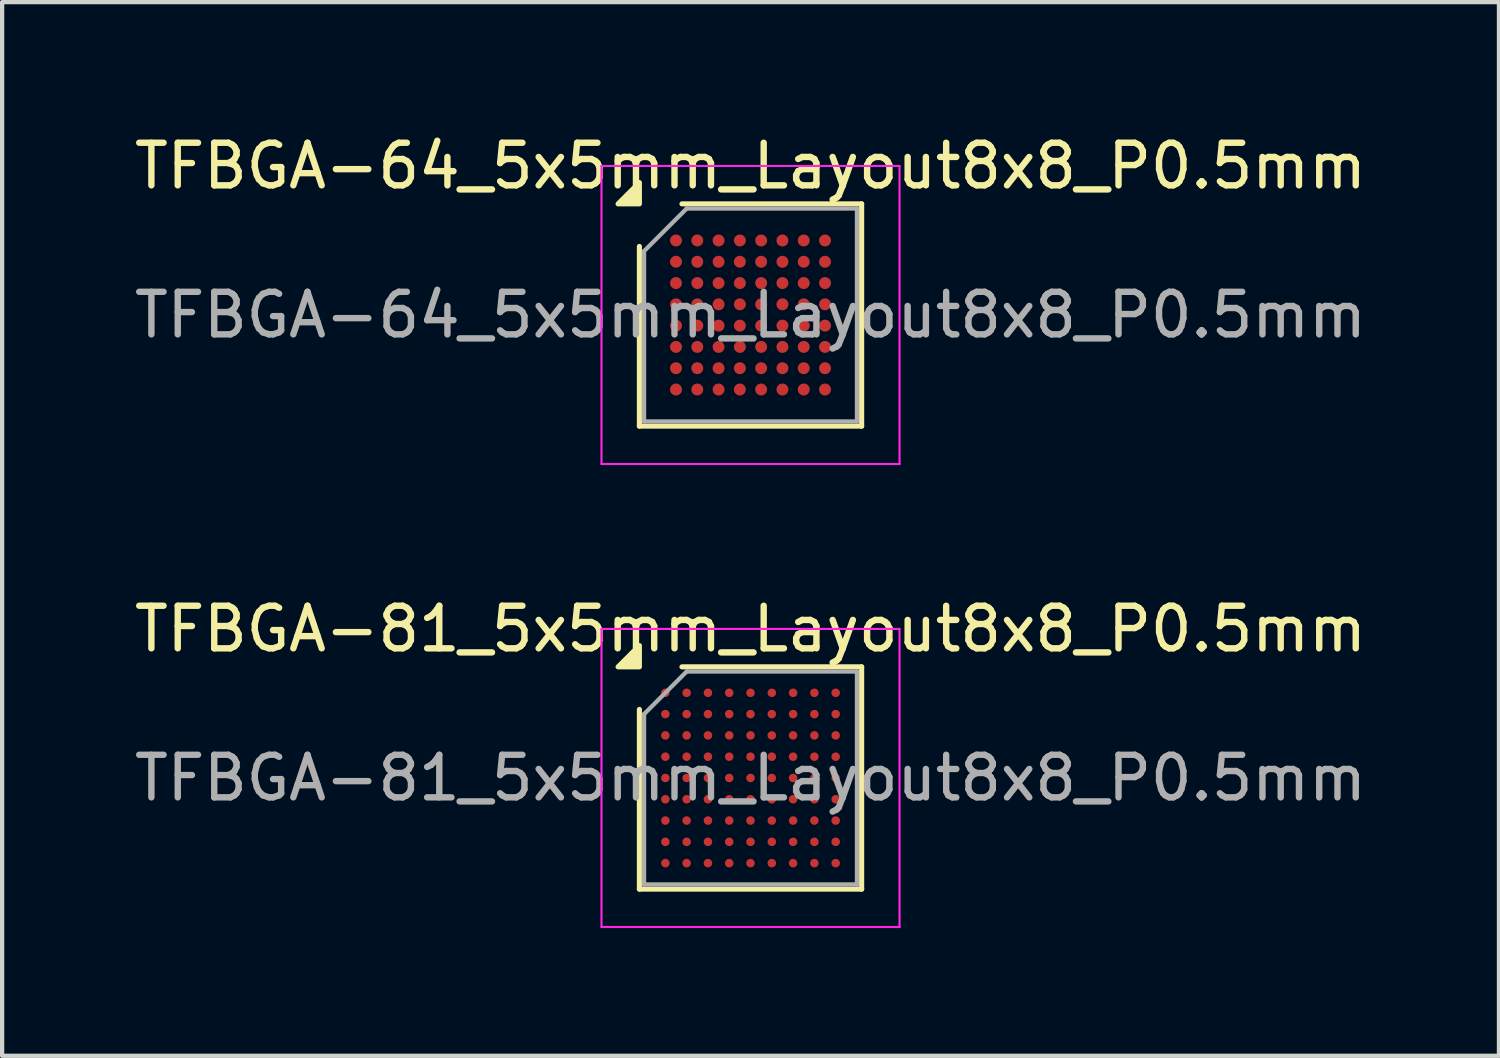
<source format=kicad_pcb>
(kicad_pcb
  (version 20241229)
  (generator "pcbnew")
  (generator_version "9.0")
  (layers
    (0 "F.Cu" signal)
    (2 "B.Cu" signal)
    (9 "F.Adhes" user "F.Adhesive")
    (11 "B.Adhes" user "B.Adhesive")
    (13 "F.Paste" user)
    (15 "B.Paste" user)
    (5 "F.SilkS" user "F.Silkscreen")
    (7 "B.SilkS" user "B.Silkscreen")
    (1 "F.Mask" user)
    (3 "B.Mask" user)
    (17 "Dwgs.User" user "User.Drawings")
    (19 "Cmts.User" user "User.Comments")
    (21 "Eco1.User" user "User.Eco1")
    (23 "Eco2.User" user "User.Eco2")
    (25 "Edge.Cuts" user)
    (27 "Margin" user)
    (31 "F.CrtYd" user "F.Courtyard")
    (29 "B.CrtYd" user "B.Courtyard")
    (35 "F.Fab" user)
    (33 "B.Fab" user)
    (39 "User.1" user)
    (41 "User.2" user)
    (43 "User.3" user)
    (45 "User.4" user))
  (footprint "TFBGA-64_5x5mm_Layout8x8_P0.5mm"
    (layer "F.Cu")
    (at 14.577 4.348)
    (property "Reference" "TFBGA-64_5x5mm_Layout8x8_P0.5mm" (at 0 -3.5 0) (layer "F.SilkS") (effects (font (size 1 1) (thickness 0.15))))
    (attr smd)
    (fp_line (start -2.61 2.61) (end -2.61 -1.61) (stroke (width 0.12) (type solid)) (layer "F.SilkS"))
    (fp_line (start -1.61 -2.61) (end 2.61 -2.61) (stroke (width 0.12) (type solid)) (layer "F.SilkS"))
    (fp_line (start 2.61 -2.61) (end 2.61 2.61) (stroke (width 0.12) (type solid)) (layer "F.SilkS"))
    (fp_line (start 2.61 2.61) (end -2.61 2.61) (stroke (width 0.12) (type solid)) (layer "F.SilkS"))
    (fp_poly (pts (xy -2.61 -2.61) (xy -3.11 -2.61) (xy -2.61 -3.11) (xy -2.61 -2.61)) (stroke (width 0.12) (type solid)) (fill yes) (layer "F.SilkS"))
    (fp_line (start -3.5 -3.5) (end -3.5 3.5) (stroke (width 0.05) (type solid)) (layer "F.CrtYd"))
    (fp_line (start -3.5 3.5) (end 3.5 3.5) (stroke (width 0.05) (type solid)) (layer "F.CrtYd"))
    (fp_line (start 3.5 -3.5) (end -3.5 -3.5) (stroke (width 0.05) (type solid)) (layer "F.CrtYd"))
    (fp_line (start 3.5 3.5) (end 3.5 -3.5) (stroke (width 0.05) (type solid)) (layer "F.CrtYd"))
    (fp_line (start -2.5 -1.5) (end -1.5 -2.5) (stroke (width 0.1) (type solid)) (layer "F.Fab"))
    (fp_line (start -2.5 2.5) (end -2.5 -1.5) (stroke (width 0.1) (type solid)) (layer "F.Fab"))
    (fp_line (start -1.5 -2.5) (end 2.5 -2.5) (stroke (width 0.1) (type solid)) (layer "F.Fab"))
    (fp_line (start 2.5 -2.5) (end 2.5 2.5) (stroke (width 0.1) (type solid)) (layer "F.Fab"))
    (fp_line (start 2.5 2.5) (end -2.5 2.5) (stroke (width 0.1) (type solid)) (layer "F.Fab"))
    (fp_text user "${REFERENCE}" (at 0 0 0) (layer "F.Fab") (effects (font (size 1 1) (thickness 0.15))))
    (pad "A1" smd circle (at -1.75 -1.75) (size 0.28 0.28) (property pad_prop_bga) (layers "F.Cu" "F.Mask" "F.Paste"))
    (pad "A2" smd circle (at -1.25 -1.75) (size 0.28 0.28) (property pad_prop_bga) (layers "F.Cu" "F.Mask" "F.Paste"))
    (pad "A3" smd circle (at -0.75 -1.75) (size 0.28 0.28) (property pad_prop_bga) (layers "F.Cu" "F.Mask" "F.Paste"))
    (pad "A4" smd circle (at -0.25 -1.75) (size 0.28 0.28) (property pad_prop_bga) (layers "F.Cu" "F.Mask" "F.Paste"))
    (pad "A5" smd circle (at 0.25 -1.75) (size 0.28 0.28) (property pad_prop_bga) (layers "F.Cu" "F.Mask" "F.Paste"))
    (pad "A6" smd circle (at 0.75 -1.75) (size 0.28 0.28) (property pad_prop_bga) (layers "F.Cu" "F.Mask" "F.Paste"))
    (pad "A7" smd circle (at 1.25 -1.75) (size 0.28 0.28) (property pad_prop_bga) (layers "F.Cu" "F.Mask" "F.Paste"))
    (pad "A8" smd circle (at 1.75 -1.75) (size 0.28 0.28) (property pad_prop_bga) (layers "F.Cu" "F.Mask" "F.Paste"))
    (pad "B1" smd circle (at -1.75 -1.25) (size 0.28 0.28) (property pad_prop_bga) (layers "F.Cu" "F.Mask" "F.Paste"))
    (pad "B2" smd circle (at -1.25 -1.25) (size 0.28 0.28) (property pad_prop_bga) (layers "F.Cu" "F.Mask" "F.Paste"))
    (pad "B3" smd circle (at -0.75 -1.25) (size 0.28 0.28) (property pad_prop_bga) (layers "F.Cu" "F.Mask" "F.Paste"))
    (pad "B4" smd circle (at -0.25 -1.25) (size 0.28 0.28) (property pad_prop_bga) (layers "F.Cu" "F.Mask" "F.Paste"))
    (pad "B5" smd circle (at 0.25 -1.25) (size 0.28 0.28) (property pad_prop_bga) (layers "F.Cu" "F.Mask" "F.Paste"))
    (pad "B6" smd circle (at 0.75 -1.25) (size 0.28 0.28) (property pad_prop_bga) (layers "F.Cu" "F.Mask" "F.Paste"))
    (pad "B7" smd circle (at 1.25 -1.25) (size 0.28 0.28) (property pad_prop_bga) (layers "F.Cu" "F.Mask" "F.Paste"))
    (pad "B8" smd circle (at 1.75 -1.25) (size 0.28 0.28) (property pad_prop_bga) (layers "F.Cu" "F.Mask" "F.Paste"))
    (pad "C1" smd circle (at -1.75 -0.75) (size 0.28 0.28) (property pad_prop_bga) (layers "F.Cu" "F.Mask" "F.Paste"))
    (pad "C2" smd circle (at -1.25 -0.75) (size 0.28 0.28) (property pad_prop_bga) (layers "F.Cu" "F.Mask" "F.Paste"))
    (pad "C3" smd circle (at -0.75 -0.75) (size 0.28 0.28) (property pad_prop_bga) (layers "F.Cu" "F.Mask" "F.Paste"))
    (pad "C4" smd circle (at -0.25 -0.75) (size 0.28 0.28) (property pad_prop_bga) (layers "F.Cu" "F.Mask" "F.Paste"))
    (pad "C5" smd circle (at 0.25 -0.75) (size 0.28 0.28) (property pad_prop_bga) (layers "F.Cu" "F.Mask" "F.Paste"))
    (pad "C6" smd circle (at 0.75 -0.75) (size 0.28 0.28) (property pad_prop_bga) (layers "F.Cu" "F.Mask" "F.Paste"))
    (pad "C7" smd circle (at 1.25 -0.75) (size 0.28 0.28) (property pad_prop_bga) (layers "F.Cu" "F.Mask" "F.Paste"))
    (pad "C8" smd circle (at 1.75 -0.75) (size 0.28 0.28) (property pad_prop_bga) (layers "F.Cu" "F.Mask" "F.Paste"))
    (pad "D1" smd circle (at -1.75 -0.25) (size 0.28 0.28) (property pad_prop_bga) (layers "F.Cu" "F.Mask" "F.Paste"))
    (pad "D2" smd circle (at -1.25 -0.25) (size 0.28 0.28) (property pad_prop_bga) (layers "F.Cu" "F.Mask" "F.Paste"))
    (pad "D3" smd circle (at -0.75 -0.25) (size 0.28 0.28) (property pad_prop_bga) (layers "F.Cu" "F.Mask" "F.Paste"))
    (pad "D4" smd circle (at -0.25 -0.25) (size 0.28 0.28) (property pad_prop_bga) (layers "F.Cu" "F.Mask" "F.Paste"))
    (pad "D5" smd circle (at 0.25 -0.25) (size 0.28 0.28) (property pad_prop_bga) (layers "F.Cu" "F.Mask" "F.Paste"))
    (pad "D6" smd circle (at 0.75 -0.25) (size 0.28 0.28) (property pad_prop_bga) (layers "F.Cu" "F.Mask" "F.Paste"))
    (pad "D7" smd circle (at 1.25 -0.25) (size 0.28 0.28) (property pad_prop_bga) (layers "F.Cu" "F.Mask" "F.Paste"))
    (pad "D8" smd circle (at 1.75 -0.25) (size 0.28 0.28) (property pad_prop_bga) (layers "F.Cu" "F.Mask" "F.Paste"))
    (pad "E1" smd circle (at -1.75 0.25) (size 0.28 0.28) (property pad_prop_bga) (layers "F.Cu" "F.Mask" "F.Paste"))
    (pad "E2" smd circle (at -1.25 0.25) (size 0.28 0.28) (property pad_prop_bga) (layers "F.Cu" "F.Mask" "F.Paste"))
    (pad "E3" smd circle (at -0.75 0.25) (size 0.28 0.28) (property pad_prop_bga) (layers "F.Cu" "F.Mask" "F.Paste"))
    (pad "E4" smd circle (at -0.25 0.25) (size 0.28 0.28) (property pad_prop_bga) (layers "F.Cu" "F.Mask" "F.Paste"))
    (pad "E5" smd circle (at 0.25 0.25) (size 0.28 0.28) (property pad_prop_bga) (layers "F.Cu" "F.Mask" "F.Paste"))
    (pad "E6" smd circle (at 0.75 0.25) (size 0.28 0.28) (property pad_prop_bga) (layers "F.Cu" "F.Mask" "F.Paste"))
    (pad "E7" smd circle (at 1.25 0.25) (size 0.28 0.28) (property pad_prop_bga) (layers "F.Cu" "F.Mask" "F.Paste"))
    (pad "E8" smd circle (at 1.75 0.25) (size 0.28 0.28) (property pad_prop_bga) (layers "F.Cu" "F.Mask" "F.Paste"))
    (pad "F1" smd circle (at -1.75 0.75) (size 0.28 0.28) (property pad_prop_bga) (layers "F.Cu" "F.Mask" "F.Paste"))
    (pad "F2" smd circle (at -1.25 0.75) (size 0.28 0.28) (property pad_prop_bga) (layers "F.Cu" "F.Mask" "F.Paste"))
    (pad "F3" smd circle (at -0.75 0.75) (size 0.28 0.28) (property pad_prop_bga) (layers "F.Cu" "F.Mask" "F.Paste"))
    (pad "F4" smd circle (at -0.25 0.75) (size 0.28 0.28) (property pad_prop_bga) (layers "F.Cu" "F.Mask" "F.Paste"))
    (pad "F5" smd circle (at 0.25 0.75) (size 0.28 0.28) (property pad_prop_bga) (layers "F.Cu" "F.Mask" "F.Paste"))
    (pad "F6" smd circle (at 0.75 0.75) (size 0.28 0.28) (property pad_prop_bga) (layers "F.Cu" "F.Mask" "F.Paste"))
    (pad "F7" smd circle (at 1.25 0.75) (size 0.28 0.28) (property pad_prop_bga) (layers "F.Cu" "F.Mask" "F.Paste"))
    (pad "F8" smd circle (at 1.75 0.75) (size 0.28 0.28) (property pad_prop_bga) (layers "F.Cu" "F.Mask" "F.Paste"))
    (pad "G1" smd circle (at -1.75 1.25) (size 0.28 0.28) (property pad_prop_bga) (layers "F.Cu" "F.Mask" "F.Paste"))
    (pad "G2" smd circle (at -1.25 1.25) (size 0.28 0.28) (property pad_prop_bga) (layers "F.Cu" "F.Mask" "F.Paste"))
    (pad "G3" smd circle (at -0.75 1.25) (size 0.28 0.28) (property pad_prop_bga) (layers "F.Cu" "F.Mask" "F.Paste"))
    (pad "G4" smd circle (at -0.25 1.25) (size 0.28 0.28) (property pad_prop_bga) (layers "F.Cu" "F.Mask" "F.Paste"))
    (pad "G5" smd circle (at 0.25 1.25) (size 0.28 0.28) (property pad_prop_bga) (layers "F.Cu" "F.Mask" "F.Paste"))
    (pad "G6" smd circle (at 0.75 1.25) (size 0.28 0.28) (property pad_prop_bga) (layers "F.Cu" "F.Mask" "F.Paste"))
    (pad "G7" smd circle (at 1.25 1.25) (size 0.28 0.28) (property pad_prop_bga) (layers "F.Cu" "F.Mask" "F.Paste"))
    (pad "G8" smd circle (at 1.75 1.25) (size 0.28 0.28) (property pad_prop_bga) (layers "F.Cu" "F.Mask" "F.Paste"))
    (pad "H1" smd circle (at -1.75 1.75) (size 0.28 0.28) (property pad_prop_bga) (layers "F.Cu" "F.Mask" "F.Paste"))
    (pad "H2" smd circle (at -1.25 1.75) (size 0.28 0.28) (property pad_prop_bga) (layers "F.Cu" "F.Mask" "F.Paste"))
    (pad "H3" smd circle (at -0.75 1.75) (size 0.28 0.28) (property pad_prop_bga) (layers "F.Cu" "F.Mask" "F.Paste"))
    (pad "H4" smd circle (at -0.25 1.75) (size 0.28 0.28) (property pad_prop_bga) (layers "F.Cu" "F.Mask" "F.Paste"))
    (pad "H5" smd circle (at 0.25 1.75) (size 0.28 0.28) (property pad_prop_bga) (layers "F.Cu" "F.Mask" "F.Paste"))
    (pad "H6" smd circle (at 0.75 1.75) (size 0.28 0.28) (property pad_prop_bga) (layers "F.Cu" "F.Mask" "F.Paste"))
    (pad "H7" smd circle (at 1.25 1.75) (size 0.28 0.28) (property pad_prop_bga) (layers "F.Cu" "F.Mask" "F.Paste"))
    (pad "H8" smd circle (at 1.75 1.75) (size 0.28 0.28) (property pad_prop_bga) (layers "F.Cu" "F.Mask" "F.Paste")))
  (footprint "TFBGA-81_5x5mm_Layout8x8_P0.5mm"
    (layer "F.Cu")
    (at 14.577 15.222)
    (property "Reference" "TFBGA-81_5x5mm_Layout8x8_P0.5mm" (at 0 -3.5 0) (layer "F.SilkS") (effects (font (size 1 1) (thickness 0.15))))
    (attr smd)
    (fp_line (start -2.61 2.61) (end -2.61 -1.61) (stroke (width 0.12) (type solid)) (layer "F.SilkS"))
    (fp_line (start -1.61 -2.61) (end 2.61 -2.61) (stroke (width 0.12) (type solid)) (layer "F.SilkS"))
    (fp_line (start 2.61 -2.61) (end 2.61 2.61) (stroke (width 0.12) (type solid)) (layer "F.SilkS"))
    (fp_line (start 2.61 2.61) (end -2.61 2.61) (stroke (width 0.12) (type solid)) (layer "F.SilkS"))
    (fp_poly (pts (xy -2.61 -2.61) (xy -3.11 -2.61) (xy -2.61 -3.11) (xy -2.61 -2.61)) (stroke (width 0.12) (type solid)) (fill yes) (layer "F.SilkS"))
    (fp_line (start -3.5 -3.5) (end -3.5 3.5) (stroke (width 0.05) (type solid)) (layer "F.CrtYd"))
    (fp_line (start -3.5 3.5) (end 3.5 3.5) (stroke (width 0.05) (type solid)) (layer "F.CrtYd"))
    (fp_line (start 3.5 -3.5) (end -3.5 -3.5) (stroke (width 0.05) (type solid)) (layer "F.CrtYd"))
    (fp_line (start 3.5 3.5) (end 3.5 -3.5) (stroke (width 0.05) (type solid)) (layer "F.CrtYd"))
    (fp_line (start -2.5 -1.5) (end -1.5 -2.5) (stroke (width 0.1) (type solid)) (layer "F.Fab"))
    (fp_line (start -2.5 2.5) (end -2.5 -1.5) (stroke (width 0.1) (type solid)) (layer "F.Fab"))
    (fp_line (start -1.5 -2.5) (end 2.5 -2.5) (stroke (width 0.1) (type solid)) (layer "F.Fab"))
    (fp_line (start 2.5 -2.5) (end 2.5 2.5) (stroke (width 0.1) (type solid)) (layer "F.Fab"))
    (fp_line (start 2.5 2.5) (end -2.5 2.5) (stroke (width 0.1) (type solid)) (layer "F.Fab"))
    (fp_text user "${REFERENCE}" (at 0 0 0) (layer "F.Fab") (effects (font (size 1 1) (thickness 0.15))))
    (pad "A1" smd circle (at -2 -2) (size 0.2 0.2) (property pad_prop_bga) (layers "F.Cu" "F.Mask" "F.Paste"))
    (pad "A2" smd circle (at -1.5 -2) (size 0.2 0.2) (property pad_prop_bga) (layers "F.Cu" "F.Mask" "F.Paste"))
    (pad "A3" smd circle (at -1 -2) (size 0.2 0.2) (property pad_prop_bga) (layers "F.Cu" "F.Mask" "F.Paste"))
    (pad "A4" smd circle (at -0.5 -2) (size 0.2 0.2) (property pad_prop_bga) (layers "F.Cu" "F.Mask" "F.Paste"))
    (pad "A5" smd circle (at 0 -2) (size 0.2 0.2) (property pad_prop_bga) (layers "F.Cu" "F.Mask" "F.Paste"))
    (pad "A6" smd circle (at 0.5 -2) (size 0.2 0.2) (property pad_prop_bga) (layers "F.Cu" "F.Mask" "F.Paste"))
    (pad "A7" smd circle (at 1 -2) (size 0.2 0.2) (property pad_prop_bga) (layers "F.Cu" "F.Mask" "F.Paste"))
    (pad "A8" smd circle (at 1.5 -2) (size 0.2 0.2) (property pad_prop_bga) (layers "F.Cu" "F.Mask" "F.Paste"))
    (pad "A9" smd circle (at 2 -2) (size 0.2 0.2) (property pad_prop_bga) (layers "F.Cu" "F.Mask" "F.Paste"))
    (pad "B1" smd circle (at -2 -1.5) (size 0.2 0.2) (property pad_prop_bga) (layers "F.Cu" "F.Mask" "F.Paste"))
    (pad "B2" smd circle (at -1.5 -1.5) (size 0.2 0.2) (property pad_prop_bga) (layers "F.Cu" "F.Mask" "F.Paste"))
    (pad "B3" smd circle (at -1 -1.5) (size 0.2 0.2) (property pad_prop_bga) (layers "F.Cu" "F.Mask" "F.Paste"))
    (pad "B4" smd circle (at -0.5 -1.5) (size 0.2 0.2) (property pad_prop_bga) (layers "F.Cu" "F.Mask" "F.Paste"))
    (pad "B5" smd circle (at 0 -1.5) (size 0.2 0.2) (property pad_prop_bga) (layers "F.Cu" "F.Mask" "F.Paste"))
    (pad "B6" smd circle (at 0.5 -1.5) (size 0.2 0.2) (property pad_prop_bga) (layers "F.Cu" "F.Mask" "F.Paste"))
    (pad "B7" smd circle (at 1 -1.5) (size 0.2 0.2) (property pad_prop_bga) (layers "F.Cu" "F.Mask" "F.Paste"))
    (pad "B8" smd circle (at 1.5 -1.5) (size 0.2 0.2) (property pad_prop_bga) (layers "F.Cu" "F.Mask" "F.Paste"))
    (pad "B9" smd circle (at 2 -1.5) (size 0.2 0.2) (property pad_prop_bga) (layers "F.Cu" "F.Mask" "F.Paste"))
    (pad "C1" smd circle (at -2 -1) (size 0.2 0.2) (property pad_prop_bga) (layers "F.Cu" "F.Mask" "F.Paste"))
    (pad "C2" smd circle (at -1.5 -1) (size 0.2 0.2) (property pad_prop_bga) (layers "F.Cu" "F.Mask" "F.Paste"))
    (pad "C3" smd circle (at -1 -1) (size 0.2 0.2) (property pad_prop_bga) (layers "F.Cu" "F.Mask" "F.Paste"))
    (pad "C4" smd circle (at -0.5 -1) (size 0.2 0.2) (property pad_prop_bga) (layers "F.Cu" "F.Mask" "F.Paste"))
    (pad "C5" smd circle (at 0 -1) (size 0.2 0.2) (property pad_prop_bga) (layers "F.Cu" "F.Mask" "F.Paste"))
    (pad "C6" smd circle (at 0.5 -1) (size 0.2 0.2) (property pad_prop_bga) (layers "F.Cu" "F.Mask" "F.Paste"))
    (pad "C7" smd circle (at 1 -1) (size 0.2 0.2) (property pad_prop_bga) (layers "F.Cu" "F.Mask" "F.Paste"))
    (pad "C8" smd circle (at 1.5 -1) (size 0.2 0.2) (property pad_prop_bga) (layers "F.Cu" "F.Mask" "F.Paste"))
    (pad "C9" smd circle (at 2 -1) (size 0.2 0.2) (property pad_prop_bga) (layers "F.Cu" "F.Mask" "F.Paste"))
    (pad "D1" smd circle (at -2 -0.5) (size 0.2 0.2) (property pad_prop_bga) (layers "F.Cu" "F.Mask" "F.Paste"))
    (pad "D2" smd circle (at -1.5 -0.5) (size 0.2 0.2) (property pad_prop_bga) (layers "F.Cu" "F.Mask" "F.Paste"))
    (pad "D3" smd circle (at -1 -0.5) (size 0.2 0.2) (property pad_prop_bga) (layers "F.Cu" "F.Mask" "F.Paste"))
    (pad "D4" smd circle (at -0.5 -0.5) (size 0.2 0.2) (property pad_prop_bga) (layers "F.Cu" "F.Mask" "F.Paste"))
    (pad "D5" smd circle (at 0 -0.5) (size 0.2 0.2) (property pad_prop_bga) (layers "F.Cu" "F.Mask" "F.Paste"))
    (pad "D6" smd circle (at 0.5 -0.5) (size 0.2 0.2) (property pad_prop_bga) (layers "F.Cu" "F.Mask" "F.Paste"))
    (pad "D7" smd circle (at 1 -0.5) (size 0.2 0.2) (property pad_prop_bga) (layers "F.Cu" "F.Mask" "F.Paste"))
    (pad "D8" smd circle (at 1.5 -0.5) (size 0.2 0.2) (property pad_prop_bga) (layers "F.Cu" "F.Mask" "F.Paste"))
    (pad "D9" smd circle (at 2 -0.5) (size 0.2 0.2) (property pad_prop_bga) (layers "F.Cu" "F.Mask" "F.Paste"))
    (pad "E1" smd circle (at -2 0) (size 0.2 0.2) (property pad_prop_bga) (layers "F.Cu" "F.Mask" "F.Paste"))
    (pad "E2" smd circle (at -1.5 0) (size 0.2 0.2) (property pad_prop_bga) (layers "F.Cu" "F.Mask" "F.Paste"))
    (pad "E3" smd circle (at -1 0) (size 0.2 0.2) (property pad_prop_bga) (layers "F.Cu" "F.Mask" "F.Paste"))
    (pad "E4" smd circle (at -0.5 0) (size 0.2 0.2) (property pad_prop_bga) (layers "F.Cu" "F.Mask" "F.Paste"))
    (pad "E5" smd circle (at 0 0) (size 0.2 0.2) (property pad_prop_bga) (layers "F.Cu" "F.Mask" "F.Paste"))
    (pad "E6" smd circle (at 0.5 0) (size 0.2 0.2) (property pad_prop_bga) (layers "F.Cu" "F.Mask" "F.Paste"))
    (pad "E7" smd circle (at 1 0) (size 0.2 0.2) (property pad_prop_bga) (layers "F.Cu" "F.Mask" "F.Paste"))
    (pad "E8" smd circle (at 1.5 0) (size 0.2 0.2) (property pad_prop_bga) (layers "F.Cu" "F.Mask" "F.Paste"))
    (pad "E9" smd circle (at 2 0) (size 0.2 0.2) (property pad_prop_bga) (layers "F.Cu" "F.Mask" "F.Paste"))
    (pad "F1" smd circle (at -2 0.5) (size 0.2 0.2) (property pad_prop_bga) (layers "F.Cu" "F.Mask" "F.Paste"))
    (pad "F2" smd circle (at -1.5 0.5) (size 0.2 0.2) (property pad_prop_bga) (layers "F.Cu" "F.Mask" "F.Paste"))
    (pad "F3" smd circle (at -1 0.5) (size 0.2 0.2) (property pad_prop_bga) (layers "F.Cu" "F.Mask" "F.Paste"))
    (pad "F4" smd circle (at -0.5 0.5) (size 0.2 0.2) (property pad_prop_bga) (layers "F.Cu" "F.Mask" "F.Paste"))
    (pad "F5" smd circle (at 0 0.5) (size 0.2 0.2) (property pad_prop_bga) (layers "F.Cu" "F.Mask" "F.Paste"))
    (pad "F6" smd circle (at 0.5 0.5) (size 0.2 0.2) (property pad_prop_bga) (layers "F.Cu" "F.Mask" "F.Paste"))
    (pad "F7" smd circle (at 1 0.5) (size 0.2 0.2) (property pad_prop_bga) (layers "F.Cu" "F.Mask" "F.Paste"))
    (pad "F8" smd circle (at 1.5 0.5) (size 0.2 0.2) (property pad_prop_bga) (layers "F.Cu" "F.Mask" "F.Paste"))
    (pad "F9" smd circle (at 2 0.5) (size 0.2 0.2) (property pad_prop_bga) (layers "F.Cu" "F.Mask" "F.Paste"))
    (pad "G1" smd circle (at -2 1) (size 0.2 0.2) (property pad_prop_bga) (layers "F.Cu" "F.Mask" "F.Paste"))
    (pad "G2" smd circle (at -1.5 1) (size 0.2 0.2) (property pad_prop_bga) (layers "F.Cu" "F.Mask" "F.Paste"))
    (pad "G3" smd circle (at -1 1) (size 0.2 0.2) (property pad_prop_bga) (layers "F.Cu" "F.Mask" "F.Paste"))
    (pad "G4" smd circle (at -0.5 1) (size 0.2 0.2) (property pad_prop_bga) (layers "F.Cu" "F.Mask" "F.Paste"))
    (pad "G5" smd circle (at 0 1) (size 0.2 0.2) (property pad_prop_bga) (layers "F.Cu" "F.Mask" "F.Paste"))
    (pad "G6" smd circle (at 0.5 1) (size 0.2 0.2) (property pad_prop_bga) (layers "F.Cu" "F.Mask" "F.Paste"))
    (pad "G7" smd circle (at 1 1) (size 0.2 0.2) (property pad_prop_bga) (layers "F.Cu" "F.Mask" "F.Paste"))
    (pad "G8" smd circle (at 1.5 1) (size 0.2 0.2) (property pad_prop_bga) (layers "F.Cu" "F.Mask" "F.Paste"))
    (pad "G9" smd circle (at 2 1) (size 0.2 0.2) (property pad_prop_bga) (layers "F.Cu" "F.Mask" "F.Paste"))
    (pad "H1" smd circle (at -2 1.5) (size 0.2 0.2) (property pad_prop_bga) (layers "F.Cu" "F.Mask" "F.Paste"))
    (pad "H2" smd circle (at -1.5 1.5) (size 0.2 0.2) (property pad_prop_bga) (layers "F.Cu" "F.Mask" "F.Paste"))
    (pad "H3" smd circle (at -1 1.5) (size 0.2 0.2) (property pad_prop_bga) (layers "F.Cu" "F.Mask" "F.Paste"))
    (pad "H4" smd circle (at -0.5 1.5) (size 0.2 0.2) (property pad_prop_bga) (layers "F.Cu" "F.Mask" "F.Paste"))
    (pad "H5" smd circle (at 0 1.5) (size 0.2 0.2) (property pad_prop_bga) (layers "F.Cu" "F.Mask" "F.Paste"))
    (pad "H6" smd circle (at 0.5 1.5) (size 0.2 0.2) (property pad_prop_bga) (layers "F.Cu" "F.Mask" "F.Paste"))
    (pad "H7" smd circle (at 1 1.5) (size 0.2 0.2) (property pad_prop_bga) (layers "F.Cu" "F.Mask" "F.Paste"))
    (pad "H8" smd circle (at 1.5 1.5) (size 0.2 0.2) (property pad_prop_bga) (layers "F.Cu" "F.Mask" "F.Paste"))
    (pad "H9" smd circle (at 2 1.5) (size 0.2 0.2) (property pad_prop_bga) (layers "F.Cu" "F.Mask" "F.Paste"))
    (pad "J1" smd circle (at -2 2) (size 0.2 0.2) (property pad_prop_bga) (layers "F.Cu" "F.Mask" "F.Paste"))
    (pad "J2" smd circle (at -1.5 2) (size 0.2 0.2) (property pad_prop_bga) (layers "F.Cu" "F.Mask" "F.Paste"))
    (pad "J3" smd circle (at -1 2) (size 0.2 0.2) (property pad_prop_bga) (layers "F.Cu" "F.Mask" "F.Paste"))
    (pad "J4" smd circle (at -0.5 2) (size 0.2 0.2) (property pad_prop_bga) (layers "F.Cu" "F.Mask" "F.Paste"))
    (pad "J5" smd circle (at 0 2) (size 0.2 0.2) (property pad_prop_bga) (layers "F.Cu" "F.Mask" "F.Paste"))
    (pad "J6" smd circle (at 0.5 2) (size 0.2 0.2) (property pad_prop_bga) (layers "F.Cu" "F.Mask" "F.Paste"))
    (pad "J7" smd circle (at 1 2) (size 0.2 0.2) (property pad_prop_bga) (layers "F.Cu" "F.Mask" "F.Paste"))
    (pad "J8" smd circle (at 1.5 2) (size 0.2 0.2) (property pad_prop_bga) (layers "F.Cu" "F.Mask" "F.Paste"))
    (pad "J9" smd circle (at 2 2) (size 0.2 0.2) (property pad_prop_bga) (layers "F.Cu" "F.Mask" "F.Paste")))
  (gr_rect
    (start -3 -3)
    (end 32.155 21.747)
    (stroke (width 0.1) (type default))
    (fill no)
    (layer "Edge.Cuts")))
</source>
